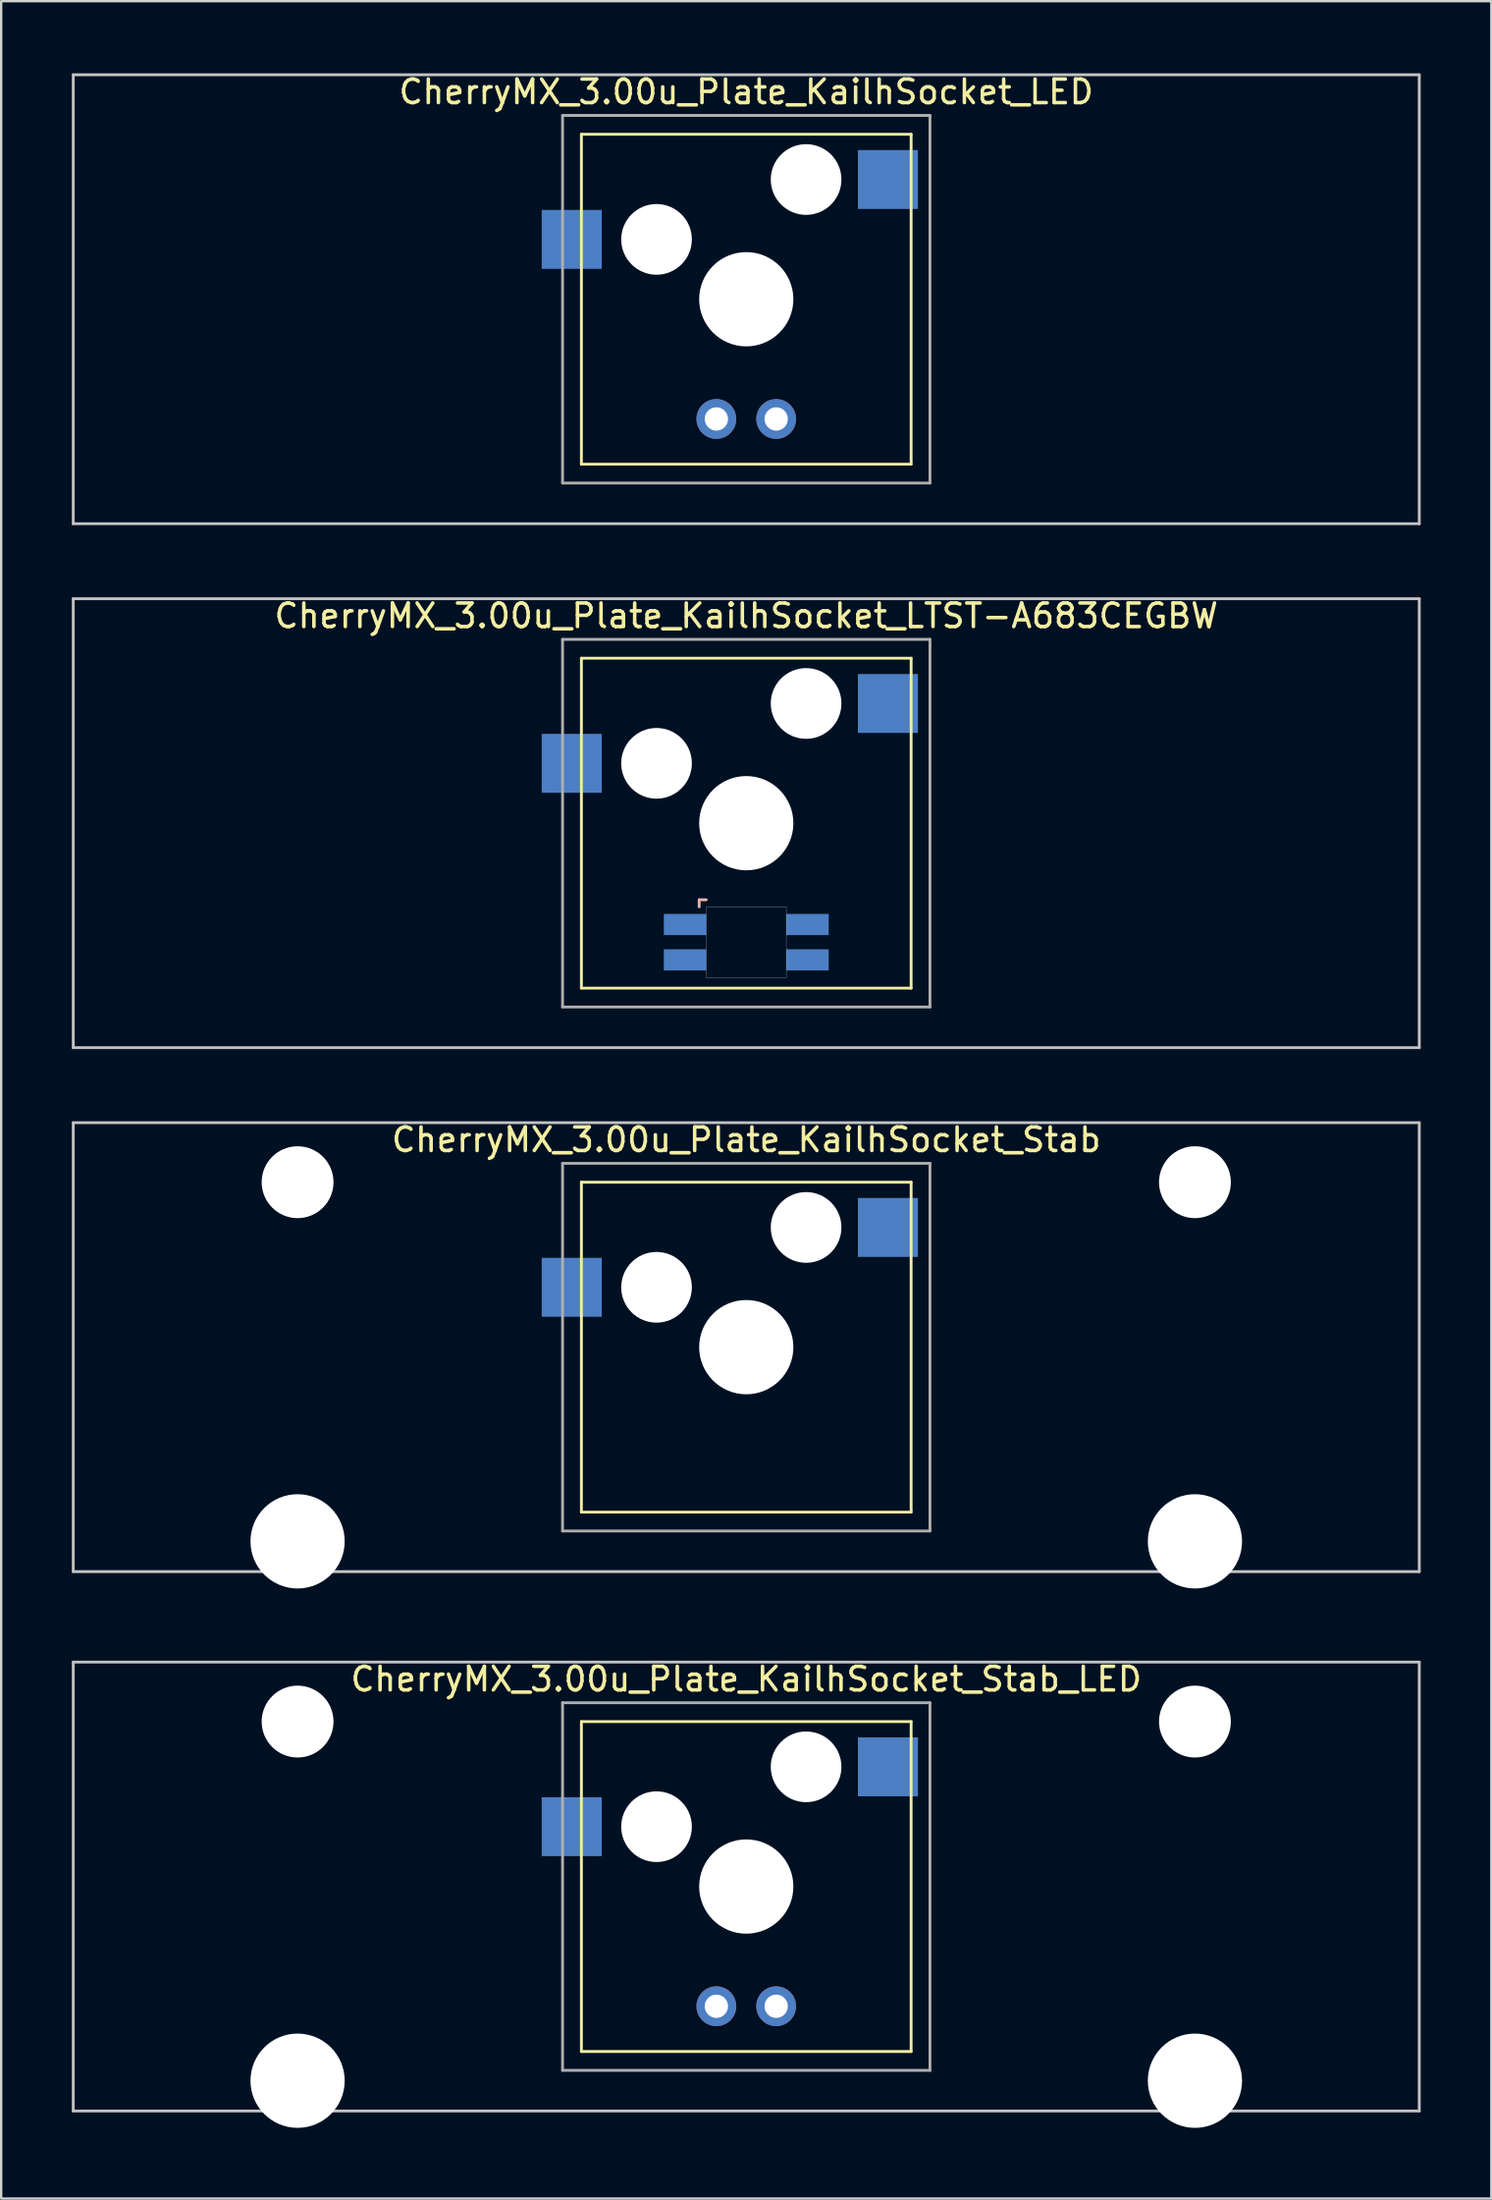
<source format=kicad_pcb>
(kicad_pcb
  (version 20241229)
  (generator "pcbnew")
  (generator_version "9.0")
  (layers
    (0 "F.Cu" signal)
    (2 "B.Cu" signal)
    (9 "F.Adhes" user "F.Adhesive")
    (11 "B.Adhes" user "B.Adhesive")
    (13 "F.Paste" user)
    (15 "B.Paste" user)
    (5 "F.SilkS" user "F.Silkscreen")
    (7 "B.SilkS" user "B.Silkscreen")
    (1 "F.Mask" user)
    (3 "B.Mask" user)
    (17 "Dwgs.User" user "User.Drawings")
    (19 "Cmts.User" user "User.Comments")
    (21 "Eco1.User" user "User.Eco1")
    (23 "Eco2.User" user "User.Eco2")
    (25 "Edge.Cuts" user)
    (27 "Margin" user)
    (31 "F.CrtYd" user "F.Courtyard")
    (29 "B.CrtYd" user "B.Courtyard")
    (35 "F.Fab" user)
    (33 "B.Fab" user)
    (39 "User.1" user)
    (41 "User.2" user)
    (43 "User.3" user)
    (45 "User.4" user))
  (footprint "CherryMX_3.00u_Plate_KailhSocket_LTST-A683CEGBW"
    (layer "F.Cu")
    (at 28.635 31.881)
    (property "Reference" "CherryMX_3.00u_Plate_KailhSocket_LTST-A683CEGBW" (at 0 -8.8 0) (layer "F.SilkS") (effects (font (size 1 1) (thickness 0.15))))
    (attr through_hole)
    (fp_line (start -7 -7) (end -7 7) (stroke (width 0.12) (type solid)) (layer "F.SilkS"))
    (fp_line (start -7 -7) (end 7 -7) (stroke (width 0.12) (type solid)) (layer "F.SilkS"))
    (fp_line (start 7 -7) (end 7 7) (stroke (width 0.12) (type solid)) (layer "F.SilkS"))
    (fp_line (start 7 7) (end -7 7) (stroke (width 0.12) (type solid)) (layer "F.SilkS"))
    (fp_line (start -2 3.25) (end -2 3.55) (stroke (width 0.12) (type solid)) (layer "B.SilkS"))
    (fp_line (start -1.7 3.25) (end -2 3.25) (stroke (width 0.12) (type solid)) (layer "B.SilkS"))
    (fp_line (start -28.575 -9.525) (end 28.575 -9.525) (stroke (width 0.12) (type solid)) (layer "Dwgs.User"))
    (fp_line (start -28.575 9.525) (end -28.575 -9.525) (stroke (width 0.12) (type solid)) (layer "Dwgs.User"))
    (fp_line (start 28.575 -9.525) (end 28.575 9.525) (stroke (width 0.12) (type solid)) (layer "Dwgs.User"))
    (fp_line (start 28.575 9.525) (end -28.575 9.525) (stroke (width 0.12) (type solid)) (layer "Dwgs.User"))
    (fp_poly (pts (xy 1.7 6.55) (xy -1.7 6.55) (xy -1.7 3.55) (xy 1.7 3.55)) (stroke (width 0.01) (type solid)) (fill no) (layer "Edge.Cuts"))
    (fp_line (start -7.8 -7.8) (end -7.8 7.8) (stroke (width 0.12) (type solid)) (layer "F.Fab"))
    (fp_line (start -7.8 -7.8) (end 7.8 -7.8) (stroke (width 0.12) (type solid)) (layer "F.Fab"))
    (fp_line (start -7.8 7.8) (end 7.8 7.8) (stroke (width 0.12) (type solid)) (layer "F.Fab"))
    (fp_line (start 7.8 -7.8) (end 7.8 7.8) (stroke (width 0.12) (type solid)) (layer "F.Fab"))
    (pad "" np_thru_hole circle (at -3.81 -2.54) (size 3 3) (drill 3) (layers "*.Cu" "*.Mask"))
    (pad "" np_thru_hole circle (at 0 0) (size 4 4) (drill 4) (layers "*.Cu" "*.Mask"))
    (pad "" np_thru_hole circle (at 2.54 -5.08) (size 3 3) (drill 3) (layers "*.Cu" "*.Mask"))
    (pad "1" smd rect (at -7.41 -2.54) (size 2.55 2.5) (layers "B.Cu" "B.Mask" "B.Paste"))
    (pad "2" smd rect (at 6.015 -5.08) (size 2.55 2.5) (layers "B.Cu" "B.Mask" "B.Paste"))
    (pad "3" smd rect (at -2.6 4.3) (size 1.8 0.9) (layers "B.Cu" "B.Mask" "B.Paste"))
    (pad "4" smd rect (at -2.6 5.8) (size 1.8 0.9) (layers "B.Cu" "B.Mask" "B.Paste"))
    (pad "5" smd rect (at 2.6 4.3) (size 1.8 0.9) (layers "B.Cu" "B.Mask" "B.Paste"))
    (pad "6" smd rect (at 2.6 5.8) (size 1.8 0.9) (layers "B.Cu" "B.Mask" "B.Paste")))
  (footprint "CherryMX_3.00u_Plate_KailhSocket_Stab"
    (layer "F.Cu")
    (at 28.635 54.115)
    (property "Reference" "CherryMX_3.00u_Plate_KailhSocket_Stab" (at 0 -8.8 0) (layer "F.SilkS") (effects (font (size 1 1) (thickness 0.15))))
    (attr through_hole)
    (fp_line (start -7 -7) (end -7 7) (stroke (width 0.12) (type solid)) (layer "F.SilkS"))
    (fp_line (start -7 -7) (end 7 -7) (stroke (width 0.12) (type solid)) (layer "F.SilkS"))
    (fp_line (start 7 -7) (end 7 7) (stroke (width 0.12) (type solid)) (layer "F.SilkS"))
    (fp_line (start 7 7) (end -7 7) (stroke (width 0.12) (type solid)) (layer "F.SilkS"))
    (fp_line (start -28.575 -9.525) (end 28.575 -9.525) (stroke (width 0.12) (type solid)) (layer "Dwgs.User"))
    (fp_line (start -28.575 9.525) (end -28.575 -9.525) (stroke (width 0.12) (type solid)) (layer "Dwgs.User"))
    (fp_line (start 28.575 -9.525) (end 28.575 9.525) (stroke (width 0.12) (type solid)) (layer "Dwgs.User"))
    (fp_line (start 28.575 9.525) (end -28.575 9.525) (stroke (width 0.12) (type solid)) (layer "Dwgs.User"))
    (fp_line (start -7.8 -7.8) (end -7.8 7.8) (stroke (width 0.12) (type solid)) (layer "F.Fab"))
    (fp_line (start -7.8 -7.8) (end 7.8 -7.8) (stroke (width 0.12) (type solid)) (layer "F.Fab"))
    (fp_line (start -7.8 7.8) (end 7.8 7.8) (stroke (width 0.12) (type solid)) (layer "F.Fab"))
    (fp_line (start 7.8 -7.8) (end 7.8 7.8) (stroke (width 0.12) (type solid)) (layer "F.Fab"))
    (pad "" np_thru_hole circle (at -19.05 -7) (size 3.05 3.05) (drill 3.05) (layers "*.Cu" "*.Mask"))
    (pad "" np_thru_hole circle (at -19.05 8.24) (size 4 4) (drill 4) (layers "*.Cu" "*.Mask"))
    (pad "" np_thru_hole circle (at -3.81 -2.54) (size 3 3) (drill 3) (layers "*.Cu" "*.Mask"))
    (pad "" np_thru_hole circle (at 0 0) (size 4 4) (drill 4) (layers "*.Cu" "*.Mask"))
    (pad "" np_thru_hole circle (at 2.54 -5.08) (size 3 3) (drill 3) (layers "*.Cu" "*.Mask"))
    (pad "" np_thru_hole circle (at 19.05 -7) (size 3.05 3.05) (drill 3.05) (layers "*.Cu" "*.Mask"))
    (pad "" np_thru_hole circle (at 19.05 8.24) (size 4 4) (drill 4) (layers "*.Cu" "*.Mask"))
    (pad "1" smd rect (at -7.41 -2.54) (size 2.55 2.5) (layers "B.Cu" "B.Mask" "B.Paste"))
    (pad "2" smd rect (at 6.015 -5.08) (size 2.55 2.5) (layers "B.Cu" "B.Mask" "B.Paste")))
  (footprint "CherryMX_3.00u_Plate_KailhSocket_Stab_LED"
    (layer "F.Cu")
    (at 28.635 77.003)
    (property "Reference" "CherryMX_3.00u_Plate_KailhSocket_Stab_LED" (at 0 -8.8 0) (layer "F.SilkS") (effects (font (size 1 1) (thickness 0.15))))
    (attr through_hole)
    (fp_line (start -7 -7) (end -7 7) (stroke (width 0.12) (type solid)) (layer "F.SilkS"))
    (fp_line (start -7 -7) (end 7 -7) (stroke (width 0.12) (type solid)) (layer "F.SilkS"))
    (fp_line (start 7 -7) (end 7 7) (stroke (width 0.12) (type solid)) (layer "F.SilkS"))
    (fp_line (start 7 7) (end -7 7) (stroke (width 0.12) (type solid)) (layer "F.SilkS"))
    (fp_line (start -28.575 -9.525) (end 28.575 -9.525) (stroke (width 0.12) (type solid)) (layer "Dwgs.User"))
    (fp_line (start -28.575 9.525) (end -28.575 -9.525) (stroke (width 0.12) (type solid)) (layer "Dwgs.User"))
    (fp_line (start 28.575 -9.525) (end 28.575 9.525) (stroke (width 0.12) (type solid)) (layer "Dwgs.User"))
    (fp_line (start 28.575 9.525) (end -28.575 9.525) (stroke (width 0.12) (type solid)) (layer "Dwgs.User"))
    (fp_line (start -7.8 -7.8) (end -7.8 7.8) (stroke (width 0.12) (type solid)) (layer "F.Fab"))
    (fp_line (start -7.8 -7.8) (end 7.8 -7.8) (stroke (width 0.12) (type solid)) (layer "F.Fab"))
    (fp_line (start -7.8 7.8) (end 7.8 7.8) (stroke (width 0.12) (type solid)) (layer "F.Fab"))
    (fp_line (start 7.8 -7.8) (end 7.8 7.8) (stroke (width 0.12) (type solid)) (layer "F.Fab"))
    (pad "" np_thru_hole circle (at -19.05 -7) (size 3.05 3.05) (drill 3.05) (layers "*.Cu" "*.Mask"))
    (pad "" np_thru_hole circle (at -19.05 8.24) (size 4 4) (drill 4) (layers "*.Cu" "*.Mask"))
    (pad "" np_thru_hole circle (at -3.81 -2.54) (size 3 3) (drill 3) (layers "*.Cu" "*.Mask"))
    (pad "" np_thru_hole circle (at 0 0) (size 4 4) (drill 4) (layers "*.Cu" "*.Mask"))
    (pad "" np_thru_hole circle (at 2.54 -5.08) (size 3 3) (drill 3) (layers "*.Cu" "*.Mask"))
    (pad "" np_thru_hole circle (at 19.05 -7) (size 3.05 3.05) (drill 3.05) (layers "*.Cu" "*.Mask"))
    (pad "" np_thru_hole circle (at 19.05 8.24) (size 4 4) (drill 4) (layers "*.Cu" "*.Mask"))
    (pad "1" smd rect (at -7.41 -2.54) (size 2.55 2.5) (layers "B.Cu" "B.Mask" "B.Paste"))
    (pad "2" smd rect (at 6.015 -5.08) (size 2.55 2.5) (layers "B.Cu" "B.Mask" "B.Paste"))
    (pad "3" thru_hole circle (at -1.27 5.08) (size 1.691 1.691) (drill 0.991) (layers "*.Cu" "*.Mask"))
    (pad "4" thru_hole circle (at 1.27 5.08) (size 1.691 1.691) (drill 0.991) (layers "*.Cu" "*.Mask")))
  (footprint "CherryMX_3.00u_Plate_KailhSocket_LED"
    (layer "F.Cu")
    (at 28.635 9.648)
    (property "Reference" "CherryMX_3.00u_Plate_KailhSocket_LED" (at 0 -8.8 0) (layer "F.SilkS") (effects (font (size 1 1) (thickness 0.15))))
    (attr through_hole)
    (fp_line (start -7 -7) (end -7 7) (stroke (width 0.12) (type solid)) (layer "F.SilkS"))
    (fp_line (start -7 -7) (end 7 -7) (stroke (width 0.12) (type solid)) (layer "F.SilkS"))
    (fp_line (start 7 -7) (end 7 7) (stroke (width 0.12) (type solid)) (layer "F.SilkS"))
    (fp_line (start 7 7) (end -7 7) (stroke (width 0.12) (type solid)) (layer "F.SilkS"))
    (fp_line (start -28.575 -9.525) (end 28.575 -9.525) (stroke (width 0.12) (type solid)) (layer "Dwgs.User"))
    (fp_line (start -28.575 9.525) (end -28.575 -9.525) (stroke (width 0.12) (type solid)) (layer "Dwgs.User"))
    (fp_line (start 28.575 -9.525) (end 28.575 9.525) (stroke (width 0.12) (type solid)) (layer "Dwgs.User"))
    (fp_line (start 28.575 9.525) (end -28.575 9.525) (stroke (width 0.12) (type solid)) (layer "Dwgs.User"))
    (fp_line (start -7.8 -7.8) (end -7.8 7.8) (stroke (width 0.12) (type solid)) (layer "F.Fab"))
    (fp_line (start -7.8 -7.8) (end 7.8 -7.8) (stroke (width 0.12) (type solid)) (layer "F.Fab"))
    (fp_line (start -7.8 7.8) (end 7.8 7.8) (stroke (width 0.12) (type solid)) (layer "F.Fab"))
    (fp_line (start 7.8 -7.8) (end 7.8 7.8) (stroke (width 0.12) (type solid)) (layer "F.Fab"))
    (pad "" np_thru_hole circle (at -3.81 -2.54) (size 3 3) (drill 3) (layers "*.Cu" "*.Mask"))
    (pad "" np_thru_hole circle (at 0 0) (size 4 4) (drill 4) (layers "*.Cu" "*.Mask"))
    (pad "" np_thru_hole circle (at 2.54 -5.08) (size 3 3) (drill 3) (layers "*.Cu" "*.Mask"))
    (pad "1" smd rect (at -7.41 -2.54) (size 2.55 2.5) (layers "B.Cu" "B.Mask" "B.Paste"))
    (pad "2" smd rect (at 6.015 -5.08) (size 2.55 2.5) (layers "B.Cu" "B.Mask" "B.Paste"))
    (pad "3" thru_hole circle (at -1.27 5.08) (size 1.691 1.691) (drill 0.991) (layers "*.Cu" "*.Mask"))
    (pad "4" thru_hole circle (at 1.27 5.08) (size 1.691 1.691) (drill 0.991) (layers "*.Cu" "*.Mask")))
  (gr_rect
    (start -3 -3)
    (end 60.27 90.243)
    (stroke (width 0.1) (type default))
    (fill no)
    (layer "Edge.Cuts")))
</source>
